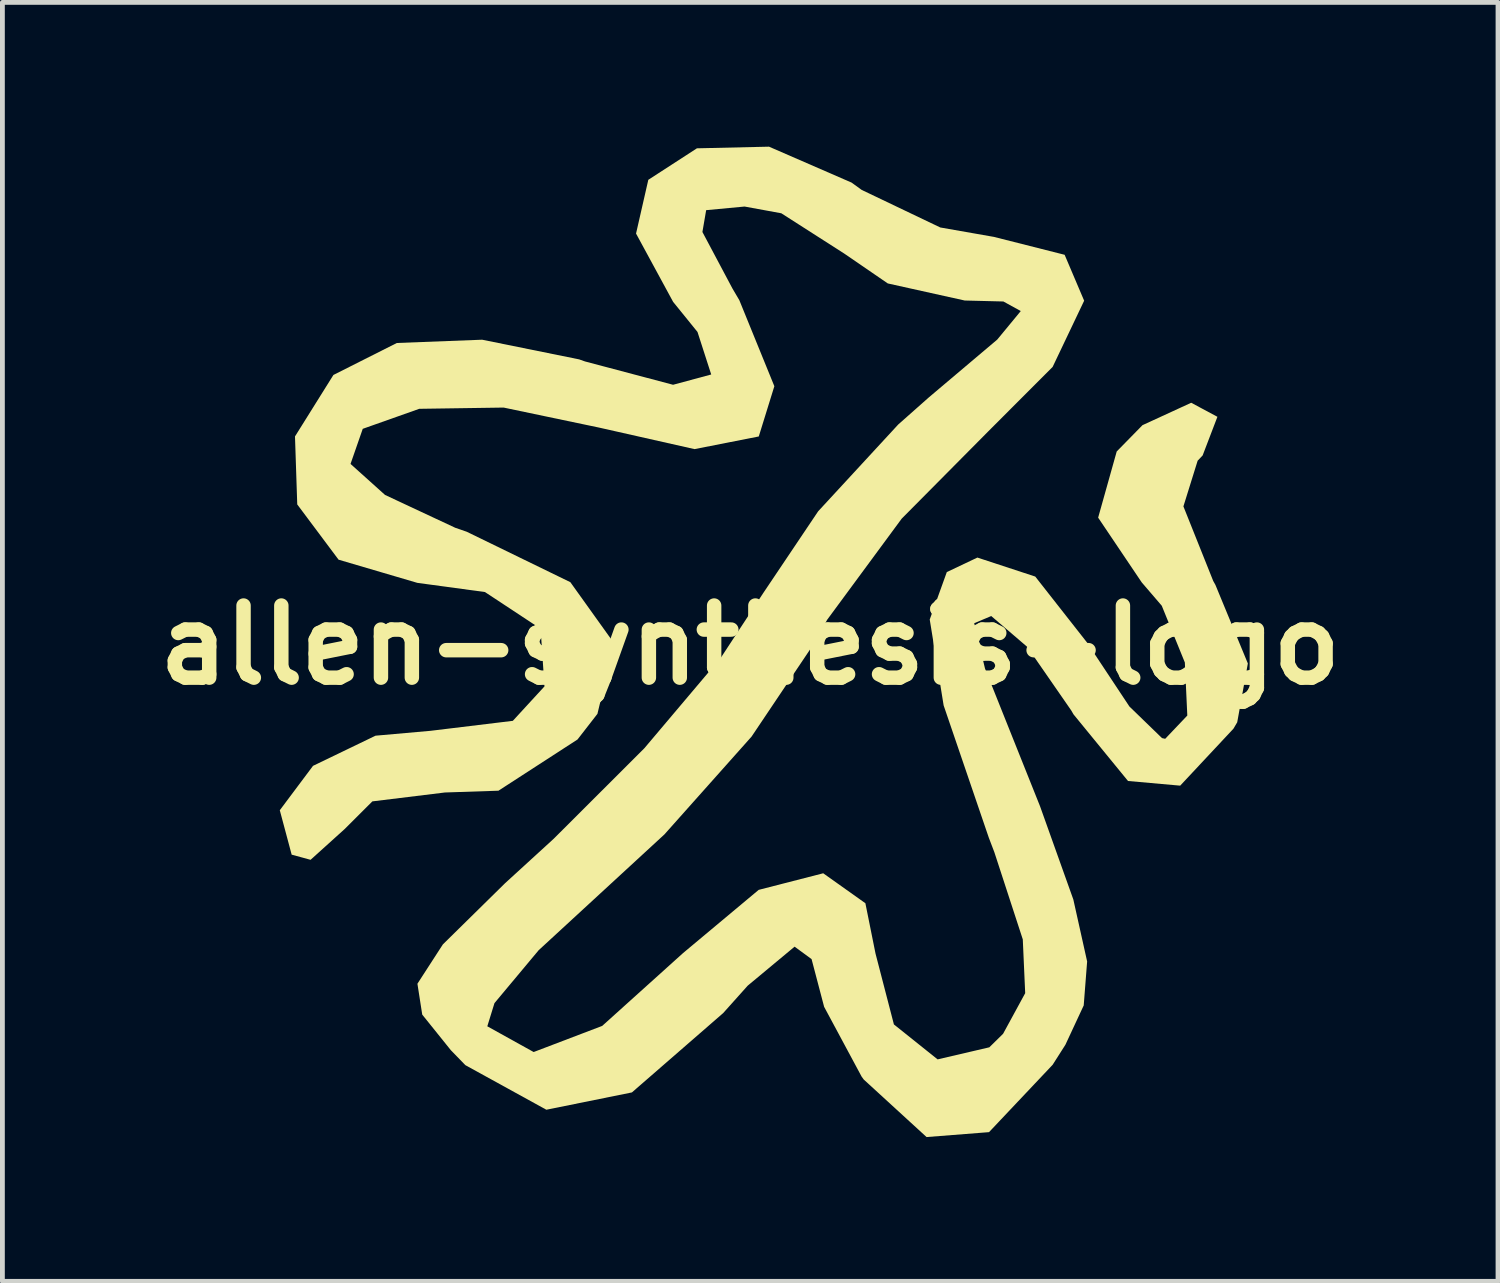
<source format=kicad_pcb>
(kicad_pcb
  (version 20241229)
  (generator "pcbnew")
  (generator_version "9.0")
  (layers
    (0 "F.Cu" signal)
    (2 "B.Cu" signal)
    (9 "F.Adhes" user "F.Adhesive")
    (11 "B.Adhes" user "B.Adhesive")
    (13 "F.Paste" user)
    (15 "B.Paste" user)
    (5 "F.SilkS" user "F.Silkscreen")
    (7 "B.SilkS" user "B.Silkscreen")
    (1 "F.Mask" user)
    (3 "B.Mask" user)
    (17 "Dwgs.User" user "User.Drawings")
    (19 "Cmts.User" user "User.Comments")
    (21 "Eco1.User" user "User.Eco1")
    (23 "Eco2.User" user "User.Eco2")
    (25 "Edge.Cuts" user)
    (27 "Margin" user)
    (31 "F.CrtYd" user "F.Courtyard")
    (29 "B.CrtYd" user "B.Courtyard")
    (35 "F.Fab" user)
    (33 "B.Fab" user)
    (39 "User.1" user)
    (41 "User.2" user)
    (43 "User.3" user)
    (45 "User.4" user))
  (footprint "allen-synthesis-logo"
    (layer "F.Cu")
    (at 12.55 10.363)
    (property "Reference" "allen-synthesis-logo" (at 0 0 0) (layer "F.SilkS") (effects (font (size 1.5 1.5) (thickness 0.3))))
    (attr board_only exclude_from_pos_files exclude_from_bom)
    (fp_poly (pts (xy 2.108 -9.616) (xy 2.318 -9.464) (xy 3.952 -8.683) (xy 5.068 -8.487) (xy 6.538 -8.115) (xy 6.944 -7.16) (xy 6.289 -5.784) (xy 4.954 -4.447) (xy 3.15 -2.628) (xy 1.601 -0.527) (xy 1.289 0.026) (xy 0.028 1.904) (xy -1.784 3.938) (xy -2.894 4.96) (xy -4.399 6.346) (xy -5.318 7.446) (xy -5.467 7.928) (xy -4.503 8.463) (xy -3.078 7.92) (xy -1.395 6.404) (xy 0.176 5.091) (xy 1.518 4.746) (xy 2.395 5.369) (xy 2.605 6.413) (xy 2.988 7.889) (xy 3.897 8.616) (xy 4.972 8.365) (xy 5.258 8.084) (xy 5.718 7.239) (xy 5.668 6.121) (xy 5.077 4.309) (xy 4.961 4.005) (xy 4.022 1.255) (xy 3.733 -0.531) (xy 4.088 -1.517) (xy 4.724 -1.819) (xy 5.927 -1.424) (xy 7.004 -0.052) (xy 7.885 1.278) (xy 8.563 1.935) (xy 8.629 1.95) (xy 9.089 1.466) (xy 9.038 0.363) (xy 8.558 -0.817) (xy 8.141 -1.303) (xy 7.235 -2.649) (xy 7.621 -4.025) (xy 8.157 -4.572) (xy 9.17 -5.038) (xy 9.715 -4.746) (xy 9.408 -3.943) (xy 9.304 -3.833) (xy 9.008 -2.883) (xy 9.628 -1.332) (xy 9.673 -1.252) (xy 10.348 0.383) (xy 10.127 1.606) (xy 10.048 1.74) (xy 8.941 2.924) (xy 7.856 2.827) (xy 6.723 1.442) (xy 6.676 1.361) (xy 5.76 0.038) (xy 5.012 -0.603) (xy 4.658 -0.454) (xy 4.882 0.488) (xy 6.027 3.353) (xy 6.719 5.291) (xy 7.006 6.58) (xy 6.935 7.494) (xy 6.554 8.312) (xy 6.289 8.728) (xy 4.966 10.129) (xy 3.667 10.231) (xy 2.36 9.034) (xy 2.316 8.973) (xy 1.537 7.523) (xy 1.276 6.531) (xy 0.923 6.272) (xy -0.052 7.083) (xy -0.562 7.653) (xy -2.46 9.303) (xy -4.239 9.663) (xy -5.923 8.736) (xy -6.225 8.425) (xy -6.82 7.685) (xy -6.92 7.043) (xy -6.391 6.225) (xy -5.098 4.953) (xy -4.087 4.029) (xy -2.202 2.147) (xy -0.608 0.26) (xy 0.271 -1.081) (xy 1.413 -2.781) (xy 3.078 -4.586) (xy 3.717 -5.152) (xy 5.137 -6.352) (xy 5.626 -6.945) (xy 5.264 -7.144) (xy 4.461 -7.164) (xy 2.861 -7.519) (xy 1.954 -8.141) (xy 0.647 -8.978) (xy -0.117 -9.118) (xy -0.916 -9.043) (xy -0.994 -8.589) (xy -0.37 -7.415) (xy -0.226 -7.17) (xy 0.502 -5.382) (xy 0.178 -4.337) (xy -1.158 -4.074) (xy -3.144 -4.522) (xy -5.128 -4.938) (xy -6.882 -4.912) (xy -8.057 -4.496) (xy -8.311 -3.766) (xy -7.593 -3.121) (xy -6.133 -2.438) (xy -5.895 -2.356) (xy -3.74 -1.307) (xy -2.826 -0.03) (xy -3.177 1.431) (xy -3.591 1.964) (xy -5.235 3.029) (xy -6.348 3.066) (xy -7.857 3.251) (xy -8.434 3.827) (xy -9.142 4.466) (xy -9.535 4.359) (xy -9.782 3.435) (xy -9.091 2.512) (xy -7.791 1.885) (xy -6.651 1.784) (xy -4.936 1.576) (xy -4.278 0.86) (xy -4.359 -0.339) (xy -5.516 -1.102) (xy -6.922 -1.293) (xy -8.56 -1.775) (xy -9.419 -2.924) (xy -9.466 -4.338) (xy -8.667 -5.616) (xy -7.348 -6.281) (xy -5.574 -6.349) (xy -3.557 -5.94) (xy -3.435 -5.897) (xy -1.604 -5.412) (xy -0.811 -5.626) (xy -1.096 -6.51) (xy -1.603 -7.136) (xy -2.374 -8.556) (xy -2.119 -9.674) (xy -1.108 -10.329) (xy 0.391 -10.363)) (stroke (width 0) (type solid)) (fill yes) (layer "F.SilkS")))
  (gr_rect
    (start -3 -3)
    (end 28.1 23.594)
    (stroke (width 0.1) (type default))
    (fill no)
    (layer "Edge.Cuts")))
</source>
